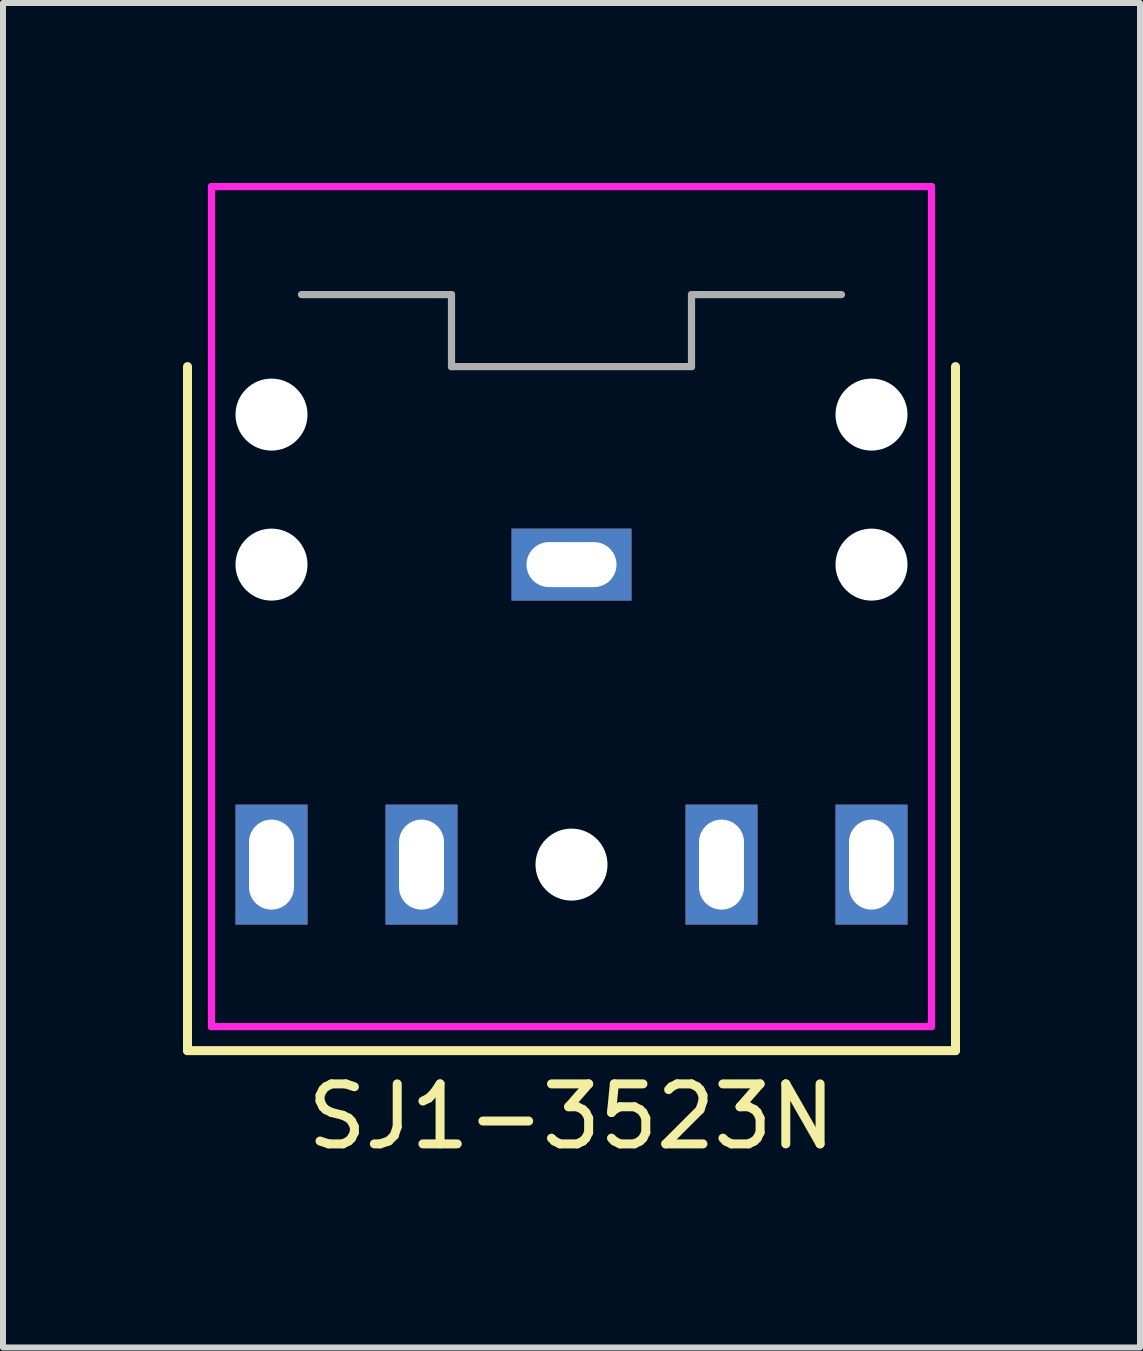
<source format=kicad_pcb>
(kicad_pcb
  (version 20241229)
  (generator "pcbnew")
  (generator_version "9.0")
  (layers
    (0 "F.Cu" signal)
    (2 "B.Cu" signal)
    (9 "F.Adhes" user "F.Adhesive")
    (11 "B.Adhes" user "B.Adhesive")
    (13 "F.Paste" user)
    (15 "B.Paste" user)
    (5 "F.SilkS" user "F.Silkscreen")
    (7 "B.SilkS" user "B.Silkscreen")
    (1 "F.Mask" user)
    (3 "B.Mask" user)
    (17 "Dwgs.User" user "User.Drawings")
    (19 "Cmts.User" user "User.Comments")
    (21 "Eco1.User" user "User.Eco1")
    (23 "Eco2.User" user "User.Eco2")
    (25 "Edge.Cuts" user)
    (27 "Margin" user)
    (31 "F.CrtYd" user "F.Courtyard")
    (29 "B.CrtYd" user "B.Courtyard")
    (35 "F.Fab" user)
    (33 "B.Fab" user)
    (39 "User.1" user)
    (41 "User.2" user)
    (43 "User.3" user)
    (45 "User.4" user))
  (footprint "SJ1-3523N"
    (layer "F.Cu")
    (at 6.475 11.36)
    (property "Reference" "SJ1-3523N" (at 0 4.2 0) (layer "F.SilkS") (effects (font (size 1 1) (thickness 0.15))))
    (attr through_hole)
    (fp_line (start -6.4 3.1) (end -6.4 -8.3) (stroke (width 0.15) (type solid)) (layer "F.SilkS"))
    (fp_line (start 6.4 -8.3) (end 6.4 3.1) (stroke (width 0.15) (type solid)) (layer "F.SilkS"))
    (fp_line (start 6.4 3.1) (end -6.4 3.1) (stroke (width 0.15) (type solid)) (layer "F.SilkS"))
    (fp_line (start -6 -11.3) (end -6 2.7) (stroke (width 0.12) (type solid)) (layer "F.CrtYd"))
    (fp_line (start -6 2.7) (end 6 2.7) (stroke (width 0.12) (type solid)) (layer "F.CrtYd"))
    (fp_line (start 6 -11.3) (end -6 -11.3) (stroke (width 0.12) (type solid)) (layer "F.CrtYd"))
    (fp_line (start 6 2.7) (end 6 -11.3) (stroke (width 0.12) (type solid)) (layer "F.CrtYd"))
    (fp_line (start -2 -9.5) (end -4.5 -9.5) (stroke (width 0.12) (type solid)) (layer "F.Fab"))
    (fp_line (start -2 -8.3) (end -2 -9.5) (stroke (width 0.12) (type solid)) (layer "F.Fab"))
    (fp_line (start -2 -8.3) (end 2 -8.3) (stroke (width 0.12) (type solid)) (layer "F.Fab"))
    (fp_line (start 2 -9.5) (end 4.5 -9.5) (stroke (width 0.12) (type solid)) (layer "F.Fab"))
    (fp_line (start 2 -8.3) (end 2 -9.5) (stroke (width 0.12) (type solid)) (layer "F.Fab"))
    (pad "" np_thru_hole circle (at -5 -7.5) (size 1.2 1.2) (drill 1.2) (layers "*.Cu" "*.Mask"))
    (pad "" np_thru_hole circle (at -5 -5) (size 1.2 1.2) (drill 1.2) (layers "*.Cu" "*.Mask"))
    (pad "" thru_hole rect (at -2.5 0) (size 1.2 2) (drill oval 0.75 1.5) (layers "*.Cu" "*.Mask"))
    (pad "" np_thru_hole circle (at 0 0) (size 1.2 1.2) (drill 1.2) (layers "*.Cu" "*.Mask"))
    (pad "" thru_hole rect (at 2.5 0) (size 1.2 2) (drill oval 0.75 1.5) (layers "*.Cu" "*.Mask"))
    (pad "" np_thru_hole circle (at 5 -7.5) (size 1.2 1.2) (drill 1.2) (layers "*.Cu" "*.Mask"))
    (pad "" np_thru_hole circle (at 5 -5) (size 1.2 1.2) (drill 1.2) (layers "*.Cu" "*.Mask"))
    (pad "R" thru_hole rect (at 5 0) (size 1.2 2) (drill oval 0.75 1.5) (layers "*.Cu" "*.Mask"))
    (pad "S" thru_hole rect (at 0 -5 270) (size 1.2 2) (drill oval 0.75 1.5) (layers "*.Cu" "*.Mask"))
    (pad "T" thru_hole rect (at -5 0) (size 1.2 2) (drill oval 0.75 1.5) (layers "*.Cu" "*.Mask")))
  (gr_rect
    (start -3 -3)
    (end 15.95 19.408)
    (stroke (width 0.1) (type default))
    (fill no)
    (layer "Edge.Cuts")))
</source>
